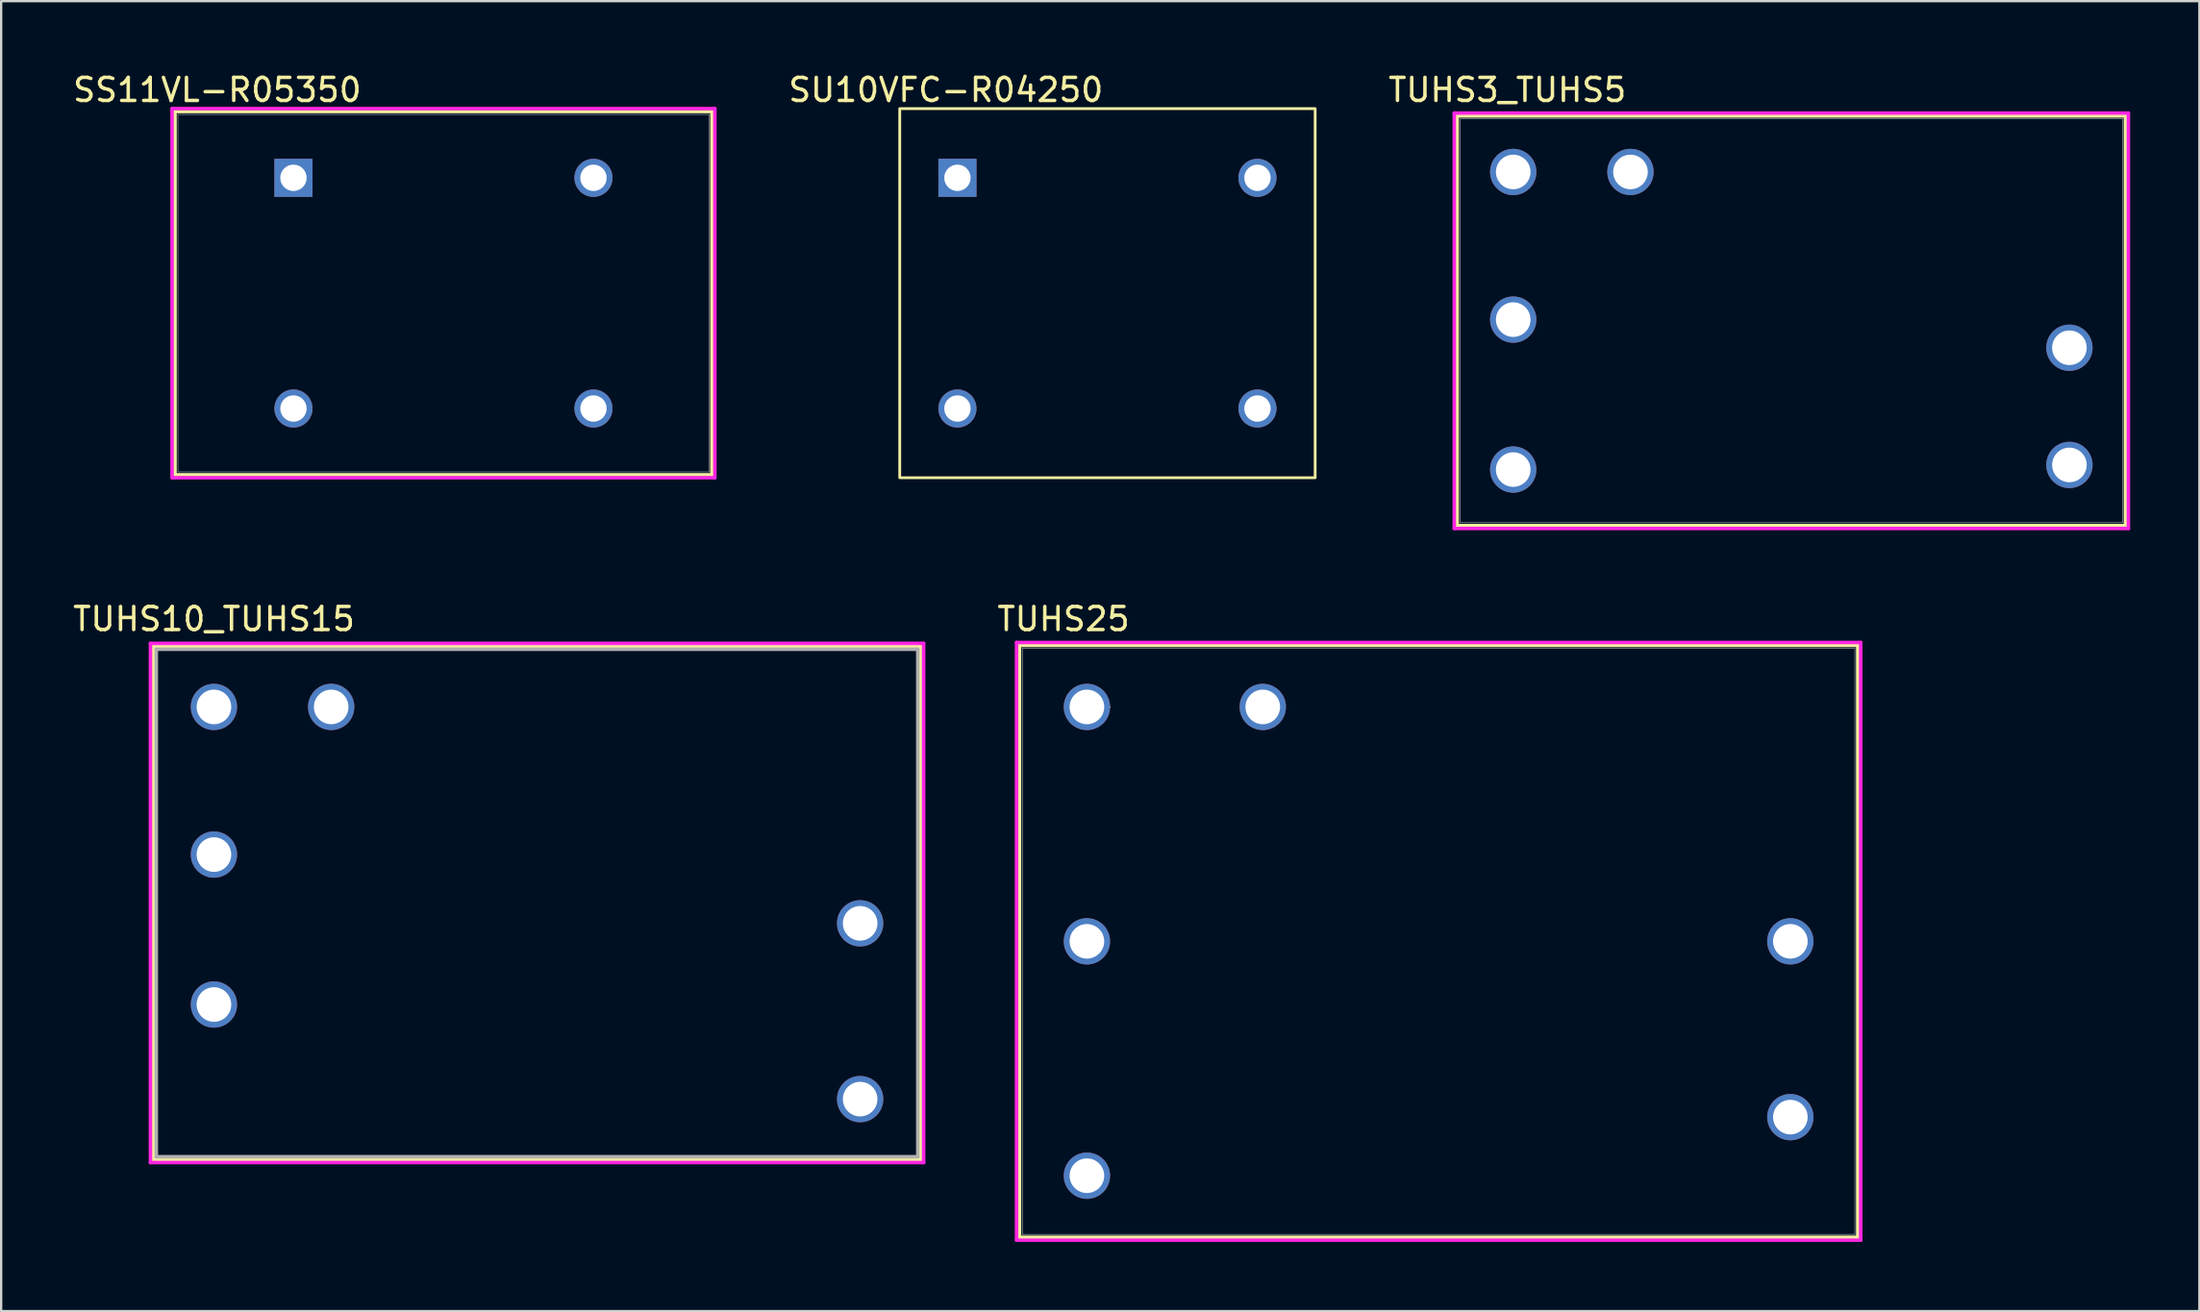
<source format=kicad_pcb>
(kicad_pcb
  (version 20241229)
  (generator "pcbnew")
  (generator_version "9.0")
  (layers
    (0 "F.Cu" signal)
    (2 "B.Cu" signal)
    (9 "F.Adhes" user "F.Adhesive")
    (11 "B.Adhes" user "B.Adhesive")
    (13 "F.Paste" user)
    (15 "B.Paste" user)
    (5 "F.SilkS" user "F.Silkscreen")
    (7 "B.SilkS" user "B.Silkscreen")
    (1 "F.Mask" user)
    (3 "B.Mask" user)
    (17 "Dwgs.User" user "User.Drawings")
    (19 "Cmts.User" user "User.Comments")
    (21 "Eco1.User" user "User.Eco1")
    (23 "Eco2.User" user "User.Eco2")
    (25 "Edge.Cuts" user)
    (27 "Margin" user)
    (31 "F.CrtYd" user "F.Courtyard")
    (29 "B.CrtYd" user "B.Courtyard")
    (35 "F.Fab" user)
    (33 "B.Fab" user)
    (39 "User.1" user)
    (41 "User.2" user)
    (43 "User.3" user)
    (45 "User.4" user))
  (footprint "SU10VFC-R04250"
    (layer "F.Cu")
    (at 38.436 4.658)
    (property "Reference" "SU10VFC-R04250" (at -0.5 -3.81 0) (unlocked yes) (layer "F.SilkS") (effects (font (size 1 1) (thickness 0.15))))
    (attr through_hole)
    (fp_rect (start -2.5 -3) (end 15.5 13) (stroke (width 0.12) (type default)) (fill no) (layer "F.SilkS"))
    (fp_rect (start -2.5 -3) (end 15.5 13) (stroke (width 0.12) (type default)) (fill no) (layer "Margin"))
    (pad "1" thru_hole rect (at 0 0) (size 1.651 1.651) (drill 1.143) (layers "*.Cu" "*.Mask"))
    (pad "2" thru_hole circle (at 0 10) (size 1.651 1.651) (drill 1.143) (layers "*.Cu" "*.Mask"))
    (pad "3" thru_hole circle (at 13 0) (size 1.651 1.651) (drill 1.143) (layers "*.Cu" "*.Mask"))
    (pad "4" thru_hole circle (at 13 10) (size 1.651 1.651) (drill 1.143) (layers "*.Cu" "*.Mask")))
  (footprint "SS11VL-R05350"
    (layer "F.Cu")
    (at 9.665 4.658)
    (property "Reference" "SS11VL-R05350" (at -3.302 -3.81 0) (unlocked yes) (layer "F.SilkS") (effects (font (size 1 1) (thickness 0.15))))
    (attr through_hole)
    (fp_line (start -5.133 -2.874) (end -5.133 12.874) (stroke (width 0.152) (type solid)) (layer "F.SilkS"))
    (fp_line (start -5.133 12.874) (end 18.133 12.874) (stroke (width 0.152) (type solid)) (layer "F.SilkS"))
    (fp_line (start 18.133 -2.874) (end -5.133 -2.874) (stroke (width 0.152) (type solid)) (layer "F.SilkS"))
    (fp_line (start 18.133 12.874) (end 18.133 -2.874) (stroke (width 0.152) (type solid)) (layer "F.SilkS"))
    (fp_line (start -5.26 -3.001) (end -5.26 13.001) (stroke (width 0.152) (type solid)) (layer "F.CrtYd"))
    (fp_line (start -5.26 13.001) (end 18.26 13.001) (stroke (width 0.152) (type solid)) (layer "F.CrtYd"))
    (fp_line (start 18.26 -3.001) (end -5.26 -3.001) (stroke (width 0.152) (type solid)) (layer "F.CrtYd"))
    (fp_line (start 18.26 13.001) (end 18.26 -3.001) (stroke (width 0.152) (type solid)) (layer "F.CrtYd"))
    (fp_line (start -5.006 -2.747) (end -5.006 12.747) (stroke (width 0.025) (type solid)) (layer "F.Fab"))
    (fp_line (start -5.006 12.747) (end 18.006 12.747) (stroke (width 0.025) (type solid)) (layer "F.Fab"))
    (fp_line (start 18.006 -2.747) (end -5.006 -2.747) (stroke (width 0.025) (type solid)) (layer "F.Fab"))
    (fp_line (start 18.006 12.747) (end 18.006 -2.747) (stroke (width 0.025) (type solid)) (layer "F.Fab"))
    (pad "1" thru_hole rect (at 0 0) (size 1.651 1.651) (drill 1.143) (layers "*.Cu" "*.Mask"))
    (pad "2" thru_hole circle (at 0 10) (size 1.651 1.651) (drill 1.143) (layers "*.Cu" "*.Mask"))
    (pad "3" thru_hole circle (at 13 0) (size 1.651 1.651) (drill 1.143) (layers "*.Cu" "*.Mask"))
    (pad "4" thru_hole circle (at 13 10) (size 1.651 1.651) (drill 1.143) (layers "*.Cu" "*.Mask")))
  (footprint "TUHS25"
    (layer "F.Cu")
    (at 44.046 27.593)
    (property "Reference" "TUHS25" (at -1.016 -3.81 0) (unlocked yes) (layer "F.SilkS") (effects (font (size 1 1) (thickness 0.15))))
    (attr through_hole)
    (fp_line (start -2.921 -2.667) (end -2.921 22.987) (stroke (width 0.152) (type solid)) (layer "F.SilkS"))
    (fp_line (start -2.921 22.987) (end 33.401 22.987) (stroke (width 0.152) (type solid)) (layer "F.SilkS"))
    (fp_line (start 33.401 -2.667) (end -2.921 -2.667) (stroke (width 0.152) (type solid)) (layer "F.SilkS"))
    (fp_line (start 33.401 22.987) (end 33.401 -2.667) (stroke (width 0.152) (type solid)) (layer "F.SilkS"))
    (fp_line (start -3.048 -2.794) (end 33.528 -2.794) (stroke (width 0.152) (type solid)) (layer "F.CrtYd"))
    (fp_line (start -3.048 23.114) (end -3.048 -2.794) (stroke (width 0.152) (type solid)) (layer "F.CrtYd"))
    (fp_line (start 33.528 -2.794) (end 33.528 23.114) (stroke (width 0.152) (type solid)) (layer "F.CrtYd"))
    (fp_line (start 33.528 23.114) (end -3.048 23.114) (stroke (width 0.152) (type solid)) (layer "F.CrtYd"))
    (fp_line (start -2.794 -2.54) (end -2.794 22.86) (stroke (width 0.025) (type solid)) (layer "F.Fab"))
    (fp_line (start -2.794 22.86) (end 33.274 22.86) (stroke (width 0.025) (type solid)) (layer "F.Fab"))
    (fp_line (start 33.274 -2.54) (end -2.794 -2.54) (stroke (width 0.025) (type solid)) (layer "F.Fab"))
    (fp_line (start 33.274 22.86) (end 33.274 -2.54) (stroke (width 0.025) (type solid)) (layer "F.Fab"))
    (fp_circle (center 1.003 0) (end 1.003 0) (stroke (width 0.025) (type solid)) (fill no) (layer "F.Fab"))
    (pad "1" thru_hole circle (at 0 0) (size 2.007 2.007) (drill 1.499) (layers "*.Cu" "*.Mask"))
    (pad "2" thru_hole circle (at 0 10.16) (size 2.007 2.007) (drill 1.499) (layers "*.Cu" "*.Mask"))
    (pad "3" thru_hole circle (at 0 20.32) (size 2.007 2.007) (drill 1.499) (layers "*.Cu" "*.Mask"))
    (pad "4" thru_hole circle (at 30.48 17.78) (size 2.007 2.007) (drill 1.499) (layers "*.Cu" "*.Mask"))
    (pad "5" thru_hole circle (at 30.48 10.16) (size 2.007 2.007) (drill 1.499) (layers "*.Cu" "*.Mask"))
    (pad "6" thru_hole circle (at 7.62 0) (size 2.007 2.007) (drill 1.499) (layers "*.Cu" "*.Mask")))
  (footprint "TUHS10_TUHS15"
    (layer "F.Cu")
    (at 6.22 27.593)
    (property "Reference" "TUHS10_TUHS15" (at 0 -3.81 0) (layer "F.SilkS") (effects (font (size 1 1) (thickness 0.15))))
    (attr through_hole)
    (fp_line (start -2.624 -2.627) (end -2.624 19.623) (stroke (width 0.152) (type solid)) (layer "F.SilkS"))
    (fp_line (start -2.624 19.623) (end 30.624 19.623) (stroke (width 0.152) (type solid)) (layer "F.SilkS"))
    (fp_line (start 30.624 -2.627) (end -2.624 -2.627) (stroke (width 0.152) (type solid)) (layer "F.SilkS"))
    (fp_line (start 30.624 19.623) (end 30.624 -2.627) (stroke (width 0.152) (type solid)) (layer "F.SilkS"))
    (fp_line (start -2.751 -2.754) (end -2.751 19.75) (stroke (width 0.152) (type solid)) (layer "F.CrtYd"))
    (fp_line (start -2.751 19.75) (end 30.751 19.75) (stroke (width 0.152) (type solid)) (layer "F.CrtYd"))
    (fp_line (start 30.751 -2.754) (end -2.751 -2.754) (stroke (width 0.152) (type solid)) (layer "F.CrtYd"))
    (fp_line (start 30.751 19.75) (end 30.751 -2.754) (stroke (width 0.152) (type solid)) (layer "F.CrtYd"))
    (fp_line (start -2.497 -2.5) (end -2.497 19.496) (stroke (width 0.152) (type solid)) (layer "F.Fab"))
    (fp_line (start -2.497 19.496) (end 30.497 19.496) (stroke (width 0.152) (type solid)) (layer "F.Fab"))
    (fp_line (start 30.497 -2.5) (end -2.497 -2.5) (stroke (width 0.152) (type solid)) (layer "F.Fab"))
    (fp_line (start 30.497 19.496) (end 30.497 -2.5) (stroke (width 0.152) (type solid)) (layer "F.Fab"))
    (pad "1" thru_hole circle (at 0 0) (size 2.007 2.007) (drill 1.499) (layers "*.Cu" "*.Mask"))
    (pad "2" thru_hole circle (at 0 6.4) (size 2.007 2.007) (drill 1.499) (layers "*.Cu" "*.Mask"))
    (pad "3" thru_hole circle (at 0 12.9) (size 2.007 2.007) (drill 1.499) (layers "*.Cu" "*.Mask"))
    (pad "4" thru_hole circle (at 5.08 0) (size 2.007 2.007) (drill 1.499) (layers "*.Cu" "*.Mask"))
    (pad "5" thru_hole circle (at 28 9.38) (size 2.007 2.007) (drill 1.499) (layers "*.Cu" "*.Mask"))
    (pad "6" thru_hole circle (at 28 17) (size 2.007 2.007) (drill 1.499) (layers "*.Cu" "*.Mask")))
  (footprint "TUHS3_TUHS5"
    (layer "F.Cu")
    (at 62.518 4.404)
    (property "Reference" "TUHS3_TUHS5" (at -0.254 -3.556 0) (unlocked yes) (layer "F.SilkS") (effects (font (size 1 1) (thickness 0.15))))
    (attr through_hole)
    (fp_line (start -2.428 -2.427) (end -2.428 15.328) (stroke (width 0.152) (type solid)) (layer "F.SilkS"))
    (fp_line (start -2.428 15.328) (end 26.528 15.328) (stroke (width 0.152) (type solid)) (layer "F.SilkS"))
    (fp_line (start 26.528 -2.427) (end -2.428 -2.427) (stroke (width 0.152) (type solid)) (layer "F.SilkS"))
    (fp_line (start 26.528 15.328) (end 26.528 -2.427) (stroke (width 0.152) (type solid)) (layer "F.SilkS"))
    (fp_line (start -2.555 -2.554) (end 26.655 -2.554) (stroke (width 0.152) (type solid)) (layer "F.CrtYd"))
    (fp_line (start -2.555 15.455) (end -2.555 -2.554) (stroke (width 0.152) (type solid)) (layer "F.CrtYd"))
    (fp_line (start 26.655 -2.554) (end 26.655 15.455) (stroke (width 0.152) (type solid)) (layer "F.CrtYd"))
    (fp_line (start 26.655 15.455) (end -2.555 15.455) (stroke (width 0.152) (type solid)) (layer "F.CrtYd"))
    (fp_line (start -2.301 -2.3) (end -2.301 15.201) (stroke (width 0.025) (type solid)) (layer "F.Fab"))
    (fp_line (start -2.301 15.201) (end 26.401 15.201) (stroke (width 0.025) (type solid)) (layer "F.Fab"))
    (fp_line (start 26.401 -2.3) (end -2.301 -2.3) (stroke (width 0.025) (type solid)) (layer "F.Fab"))
    (fp_line (start 26.401 15.201) (end 26.401 -2.3) (stroke (width 0.025) (type solid)) (layer "F.Fab"))
    (pad "1" thru_hole circle (at 0 0) (size 2.007 2.007) (drill 1.499) (layers "*.Cu" "*.Mask"))
    (pad "2" thru_hole circle (at 0 6.4) (size 2.007 2.007) (drill 1.499) (layers "*.Cu" "*.Mask"))
    (pad "3" thru_hole circle (at 0 12.9) (size 2.007 2.007) (drill 1.499) (layers "*.Cu" "*.Mask"))
    (pad "4" thru_hole circle (at 24.1 12.7) (size 2.007 2.007) (drill 1.499) (layers "*.Cu" "*.Mask"))
    (pad "5" thru_hole circle (at 24.1 7.62) (size 2.007 2.007) (drill 1.499) (layers "*.Cu" "*.Mask"))
    (pad "6" thru_hole circle (at 5.08 0) (size 2.007 2.007) (drill 1.499) (layers "*.Cu" "*.Mask")))
  (gr_rect
    (start -3 -3)
    (end 92.249 53.783)
    (stroke (width 0.1) (type default))
    (fill no)
    (layer "Edge.Cuts")))
</source>
